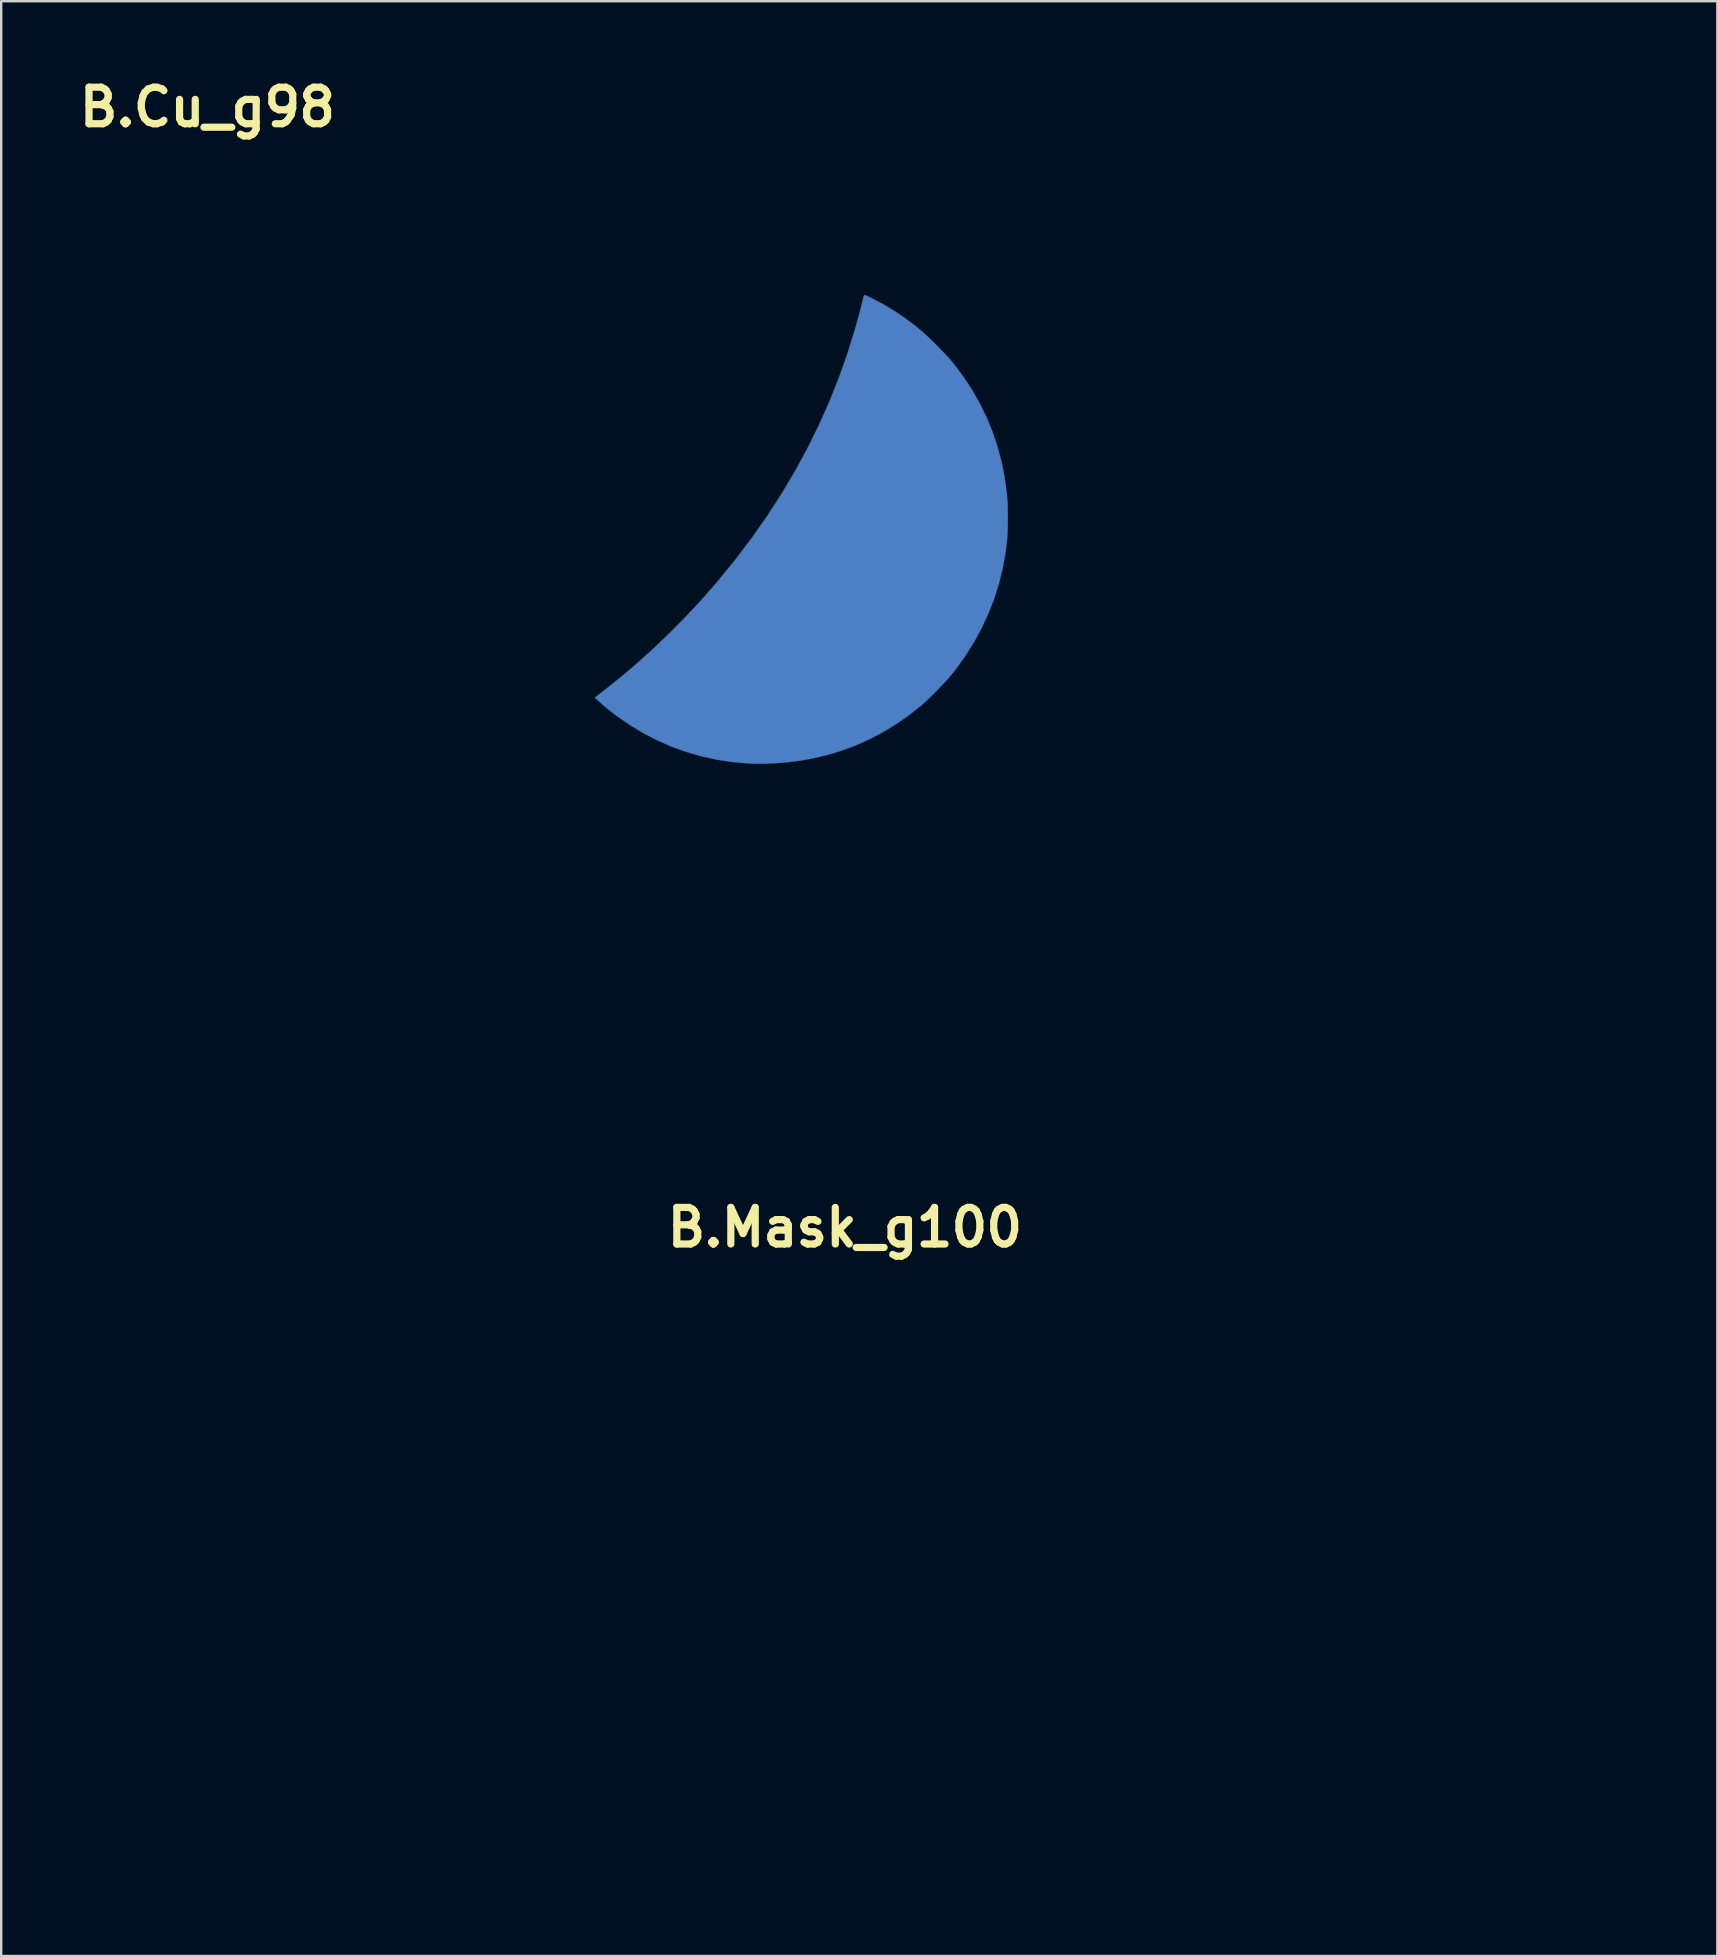
<source format=kicad_pcb>
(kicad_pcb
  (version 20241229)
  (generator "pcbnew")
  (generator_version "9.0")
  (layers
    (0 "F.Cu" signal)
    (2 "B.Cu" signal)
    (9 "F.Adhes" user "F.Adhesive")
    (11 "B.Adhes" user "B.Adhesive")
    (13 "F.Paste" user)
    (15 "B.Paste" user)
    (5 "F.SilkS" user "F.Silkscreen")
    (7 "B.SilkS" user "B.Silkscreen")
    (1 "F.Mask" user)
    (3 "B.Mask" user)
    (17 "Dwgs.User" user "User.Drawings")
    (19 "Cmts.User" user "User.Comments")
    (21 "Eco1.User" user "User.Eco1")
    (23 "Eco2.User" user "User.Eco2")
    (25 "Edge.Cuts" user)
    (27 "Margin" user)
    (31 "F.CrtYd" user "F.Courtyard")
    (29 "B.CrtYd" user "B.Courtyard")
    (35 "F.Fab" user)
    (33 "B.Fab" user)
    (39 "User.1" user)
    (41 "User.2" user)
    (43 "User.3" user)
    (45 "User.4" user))
  (footprint "B.Cu_g98"
    (layer "F.Cu")
    (at 5.595 1.418)
    (property "Reference" "B.Cu_g98" (at 0 0 0) (layer "F.SilkS") (effects (font (size 1.524 1.524) (thickness 0.3))))
    (attr through_hole)
    (fp_poly (pts (xy 27.423 7.84) (xy 27.489 7.866) (xy 27.585 7.91) (xy 27.698 7.966) (xy 28.156 8.207) (xy 28.597 8.47) (xy 29.029 8.76) (xy 29.46 9.082) (xy 29.718 9.29) (xy 29.844 9.398) (xy 29.989 9.531) (xy 30.148 9.682) (xy 30.315 9.845) (xy 30.484 10.015) (xy 30.648 10.185) (xy 30.802 10.348) (xy 30.939 10.499) (xy 31.054 10.632) (xy 31.106 10.696) (xy 31.509 11.237) (xy 31.873 11.79) (xy 32.196 12.356) (xy 32.479 12.936) (xy 32.723 13.532) (xy 32.928 14.143) (xy 33.095 14.771) (xy 33.223 15.416) (xy 33.313 16.08) (xy 33.337 16.33) (xy 33.345 16.454) (xy 33.351 16.611) (xy 33.355 16.792) (xy 33.357 16.989) (xy 33.357 17.192) (xy 33.356 17.393) (xy 33.353 17.582) (xy 33.348 17.751) (xy 33.341 17.89) (xy 33.337 17.939) (xy 33.261 18.588) (xy 33.144 19.229) (xy 32.987 19.862) (xy 32.79 20.483) (xy 32.553 21.093) (xy 32.278 21.688) (xy 31.965 22.268) (xy 31.615 22.83) (xy 31.228 23.373) (xy 30.99 23.675) (xy 30.89 23.792) (xy 30.766 23.93) (xy 30.625 24.082) (xy 30.471 24.242) (xy 30.312 24.403) (xy 30.155 24.56) (xy 30.004 24.704) (xy 29.868 24.831) (xy 29.751 24.934) (xy 29.729 24.953) (xy 29.2 25.367) (xy 28.66 25.74) (xy 28.107 26.073) (xy 27.541 26.367) (xy 26.961 26.622) (xy 26.363 26.84) (xy 25.748 27.02) (xy 25.157 27.155) (xy 24.69 27.236) (xy 24.207 27.298) (xy 23.719 27.339) (xy 23.236 27.36) (xy 22.771 27.359) (xy 22.505 27.347) (xy 21.844 27.287) (xy 21.196 27.187) (xy 20.562 27.047) (xy 19.941 26.866) (xy 19.335 26.646) (xy 18.744 26.387) (xy 18.167 26.088) (xy 17.606 25.749) (xy 17.061 25.372) (xy 16.724 25.112) (xy 16.617 25.025) (xy 16.508 24.933) (xy 16.406 24.846) (xy 16.323 24.772) (xy 16.301 24.752) (xy 16.146 24.606) (xy 16.481 24.349) (xy 17.169 23.802) (xy 17.858 23.219) (xy 18.542 22.604) (xy 19.214 21.964) (xy 19.871 21.303) (xy 20.506 20.627) (xy 21.113 19.941) (xy 21.313 19.706) (xy 22.027 18.827) (xy 22.701 17.935) (xy 23.335 17.031) (xy 23.928 16.113) (xy 24.482 15.182) (xy 24.996 14.238) (xy 25.47 13.279) (xy 25.906 12.306) (xy 26.302 11.317) (xy 26.66 10.314) (xy 26.978 9.294) (xy 27.164 8.625) (xy 27.202 8.483) (xy 27.238 8.343) (xy 27.27 8.216) (xy 27.297 8.109) (xy 27.315 8.033) (xy 27.317 8.022) (xy 27.336 7.942) (xy 27.353 7.877) (xy 27.366 7.839) (xy 27.367 7.836) (xy 27.384 7.831) (xy 27.423 7.84)) (stroke (width 0.01) (type solid)) (fill yes) (layer "B.Cu")))
  (footprint "B.Mask_g100"
    (layer "F.Cu")
    (at 32.163 48.107)
    (property "Reference" "B.Mask_g100" (at 0 0 0) (layer "F.SilkS") (effects (font (size 1.524 1.524) (thickness 0.3))))
    (attr through_hole)
    (fp_poly (pts (xy -25.646 -16.301) (xy -25.413 -16.246) (xy -25.195 -16.151) (xy -24.987 -16.017) (xy -24.942 -15.982) (xy -24.772 -15.818) (xy -24.633 -15.63) (xy -24.526 -15.423) (xy -24.453 -15.202) (xy -24.413 -14.973) (xy -24.408 -14.741) (xy -24.438 -14.51) (xy -24.504 -14.286) (xy -24.608 -14.075) (xy -24.639 -14.025) (xy -24.796 -13.823) (xy -24.979 -13.653) (xy -25.184 -13.515) (xy -25.408 -13.415) (xy -25.423 -13.41) (xy -25.597 -13.366) (xy -25.79 -13.342) (xy -25.987 -13.339) (xy -26.172 -13.357) (xy -26.268 -13.377) (xy -26.502 -13.46) (xy -26.717 -13.578) (xy -26.909 -13.727) (xy -27.074 -13.903) (xy -27.209 -14.103) (xy -27.31 -14.322) (xy -27.357 -14.482) (xy -27.388 -14.689) (xy -27.389 -14.91) (xy -27.36 -15.131) (xy -27.304 -15.341) (xy -27.232 -15.511) (xy -27.094 -15.729) (xy -26.93 -15.915) (xy -26.742 -16.068) (xy -26.532 -16.186) (xy -26.302 -16.268) (xy -26.055 -16.312) (xy -25.897 -16.32) (xy -25.646 -16.301)) (stroke (width 0.01) (type solid)) (fill yes) (layer "B.Mask"))
    (fp_poly (pts (xy -14.821 4.177) (xy -14.806 4.18) (xy -14.596 4.244) (xy -14.392 4.345) (xy -14.201 4.478) (xy -14.03 4.637) (xy -13.888 4.816) (xy -13.768 5.031) (xy -13.687 5.256) (xy -13.644 5.487) (xy -13.639 5.72) (xy -13.669 5.95) (xy -13.734 6.172) (xy -13.834 6.384) (xy -13.968 6.58) (xy -14.134 6.755) (xy -14.324 6.902) (xy -14.471 6.989) (xy -14.612 7.051) (xy -14.759 7.092) (xy -14.926 7.116) (xy -15.092 7.125) (xy -15.244 7.127) (xy -15.361 7.122) (xy -15.448 7.111) (xy -15.483 7.103) (xy -15.728 7.014) (xy -15.949 6.892) (xy -16.145 6.741) (xy -16.313 6.562) (xy -16.448 6.36) (xy -16.55 6.136) (xy -16.588 6.011) (xy -16.611 5.886) (xy -16.623 5.737) (xy -16.623 5.578) (xy -16.613 5.425) (xy -16.592 5.295) (xy -16.586 5.271) (xy -16.501 5.031) (xy -16.379 4.814) (xy -16.224 4.621) (xy -16.038 4.455) (xy -15.824 4.318) (xy -15.777 4.295) (xy -15.552 4.208) (xy -15.313 4.159) (xy -15.067 4.149) (xy -14.821 4.177)) (stroke (width 0.01) (type solid)) (fill yes) (layer "B.Mask"))
    (fp_poly (pts (xy -30.464 3.456) (xy -30.303 3.485) (xy -30.283 3.49) (xy -30.044 3.576) (xy -29.828 3.696) (xy -29.638 3.846) (xy -29.477 4.023) (xy -29.348 4.223) (xy -29.252 4.445) (xy -29.192 4.684) (xy -29.173 4.86) (xy -29.174 5.062) (xy -29.201 5.249) (xy -29.257 5.436) (xy -29.331 5.608) (xy -29.38 5.706) (xy -29.429 5.785) (xy -29.485 5.859) (xy -29.56 5.94) (xy -29.61 5.992) (xy -29.701 6.079) (xy -29.777 6.144) (xy -29.851 6.196) (xy -29.937 6.244) (xy -29.994 6.272) (xy -30.099 6.318) (xy -30.209 6.36) (xy -30.309 6.392) (xy -30.347 6.401) (xy -30.503 6.424) (xy -30.676 6.432) (xy -30.846 6.423) (xy -30.977 6.403) (xy -31.215 6.331) (xy -31.431 6.224) (xy -31.623 6.088) (xy -31.79 5.926) (xy -31.928 5.742) (xy -32.036 5.539) (xy -32.112 5.321) (xy -32.153 5.093) (xy -32.158 4.857) (xy -32.125 4.617) (xy -32.068 4.422) (xy -31.965 4.2) (xy -31.828 4) (xy -31.661 3.823) (xy -31.469 3.676) (xy -31.256 3.56) (xy -31.026 3.481) (xy -30.977 3.47) (xy -30.82 3.448) (xy -30.642 3.444) (xy -30.464 3.456)) (stroke (width 0.01) (type solid)) (fill yes) (layer "B.Mask"))
    (fp_poly (pts (xy -3.539 3.718) (xy -3.446 3.722) (xy -3.373 3.73) (xy -3.306 3.744) (xy -3.234 3.765) (xy -3.207 3.774) (xy -2.973 3.872) (xy -2.766 4.001) (xy -2.588 4.157) (xy -2.438 4.335) (xy -2.32 4.533) (xy -2.234 4.746) (xy -2.183 4.972) (xy -2.166 5.205) (xy -2.187 5.443) (xy -2.246 5.682) (xy -2.345 5.916) (xy -2.432 6.054) (xy -2.548 6.194) (xy -2.684 6.327) (xy -2.828 6.442) (xy -2.971 6.529) (xy -2.986 6.537) (xy -3.225 6.631) (xy -3.467 6.686) (xy -3.707 6.701) (xy -3.864 6.689) (xy -4.037 6.652) (xy -4.221 6.59) (xy -4.392 6.512) (xy -4.495 6.446) (xy -4.609 6.353) (xy -4.724 6.243) (xy -4.832 6.125) (xy -4.922 6.009) (xy -4.979 5.916) (xy -5.079 5.678) (xy -5.139 5.436) (xy -5.159 5.194) (xy -5.14 4.955) (xy -5.083 4.724) (xy -4.987 4.504) (xy -4.853 4.299) (xy -4.711 4.138) (xy -4.529 3.982) (xy -4.332 3.863) (xy -4.117 3.774) (xy -4.041 3.75) (xy -3.974 3.734) (xy -3.904 3.724) (xy -3.819 3.719) (xy -3.708 3.717) (xy -3.662 3.717) (xy -3.539 3.718)) (stroke (width 0.01) (type solid)) (fill yes) (layer "B.Mask"))
    (fp_poly (pts (xy 10.694 -14.017) (xy 10.927 -13.948) (xy 11.134 -13.849) (xy 11.248 -13.77) (xy 11.37 -13.665) (xy 11.489 -13.546) (xy 11.593 -13.424) (xy 11.669 -13.314) (xy 11.716 -13.222) (xy 11.765 -13.113) (xy 11.804 -13.01) (xy 11.805 -13.007) (xy 11.829 -12.931) (xy 11.845 -12.863) (xy 11.855 -12.792) (xy 11.86 -12.707) (xy 11.862 -12.594) (xy 11.862 -12.552) (xy 11.861 -12.431) (xy 11.858 -12.34) (xy 11.851 -12.269) (xy 11.838 -12.206) (xy 11.817 -12.138) (xy 11.803 -12.097) (xy 11.699 -11.855) (xy 11.566 -11.644) (xy 11.403 -11.463) (xy 11.211 -11.312) (xy 11.023 -11.208) (xy 10.8 -11.122) (xy 10.568 -11.071) (xy 10.338 -11.056) (xy 10.116 -11.077) (xy 10.107 -11.079) (xy 9.907 -11.129) (xy 9.732 -11.198) (xy 9.572 -11.291) (xy 9.417 -11.415) (xy 9.323 -11.504) (xy 9.231 -11.598) (xy 9.163 -11.678) (xy 9.11 -11.753) (xy 9.062 -11.837) (xy 9.044 -11.874) (xy 8.97 -12.041) (xy 8.921 -12.193) (xy 8.894 -12.346) (xy 8.883 -12.515) (xy 8.883 -12.552) (xy 8.891 -12.738) (xy 8.918 -12.902) (xy 8.967 -13.061) (xy 9.038 -13.219) (xy 9.159 -13.426) (xy 9.304 -13.602) (xy 9.477 -13.75) (xy 9.683 -13.877) (xy 9.747 -13.909) (xy 9.974 -13.994) (xy 10.212 -14.041) (xy 10.453 -14.048) (xy 10.694 -14.017)) (stroke (width 0.01) (type solid)) (fill yes) (layer "B.Mask"))
    (fp_poly (pts (xy 27.423 7.84) (xy 27.489 7.866) (xy 27.585 7.91) (xy 27.698 7.966) (xy 28.156 8.207) (xy 28.597 8.47) (xy 29.029 8.76) (xy 29.46 9.082) (xy 29.718 9.29) (xy 29.844 9.398) (xy 29.989 9.531) (xy 30.148 9.682) (xy 30.315 9.845) (xy 30.484 10.015) (xy 30.648 10.185) (xy 30.802 10.348) (xy 30.939 10.499) (xy 31.054 10.632) (xy 31.106 10.696) (xy 31.509 11.237) (xy 31.873 11.79) (xy 32.196 12.356) (xy 32.479 12.936) (xy 32.723 13.532) (xy 32.928 14.143) (xy 33.095 14.771) (xy 33.223 15.416) (xy 33.313 16.08) (xy 33.337 16.33) (xy 33.345 16.454) (xy 33.351 16.611) (xy 33.355 16.792) (xy 33.357 16.989) (xy 33.357 17.192) (xy 33.356 17.393) (xy 33.353 17.582) (xy 33.348 17.751) (xy 33.341 17.89) (xy 33.337 17.939) (xy 33.261 18.588) (xy 33.144 19.229) (xy 32.987 19.862) (xy 32.79 20.483) (xy 32.553 21.093) (xy 32.278 21.688) (xy 31.965 22.268) (xy 31.615 22.83) (xy 31.228 23.373) (xy 30.99 23.675) (xy 30.89 23.792) (xy 30.766 23.93) (xy 30.625 24.082) (xy 30.471 24.242) (xy 30.312 24.403) (xy 30.155 24.56) (xy 30.004 24.704) (xy 29.868 24.831) (xy 29.751 24.934) (xy 29.729 24.953) (xy 29.2 25.367) (xy 28.66 25.74) (xy 28.107 26.073) (xy 27.541 26.367) (xy 26.961 26.622) (xy 26.363 26.84) (xy 25.748 27.02) (xy 25.157 27.155) (xy 24.69 27.236) (xy 24.207 27.298) (xy 23.719 27.339) (xy 23.236 27.36) (xy 22.771 27.359) (xy 22.505 27.347) (xy 21.844 27.287) (xy 21.196 27.187) (xy 20.562 27.047) (xy 19.941 26.866) (xy 19.335 26.646) (xy 18.744 26.387) (xy 18.167 26.088) (xy 17.606 25.749) (xy 17.061 25.372) (xy 16.724 25.112) (xy 16.617 25.025) (xy 16.508 24.933) (xy 16.406 24.846) (xy 16.323 24.772) (xy 16.301 24.752) (xy 16.146 24.606) (xy 16.481 24.349) (xy 17.169 23.802) (xy 17.858 23.219) (xy 18.542 22.604) (xy 19.214 21.964) (xy 19.871 21.303) (xy 20.506 20.627) (xy 21.113 19.941) (xy 21.313 19.706) (xy 22.027 18.827) (xy 22.701 17.935) (xy 23.335 17.031) (xy 23.928 16.113) (xy 24.482 15.182) (xy 24.996 14.238) (xy 25.47 13.279) (xy 25.906 12.306) (xy 26.302 11.317) (xy 26.66 10.314) (xy 26.978 9.294) (xy 27.164 8.625) (xy 27.202 8.483) (xy 27.238 8.343) (xy 27.27 8.216) (xy 27.297 8.109) (xy 27.315 8.033) (xy 27.317 8.022) (xy 27.336 7.942) (xy 27.353 7.877) (xy 27.366 7.839) (xy 27.367 7.836) (xy 27.384 7.831) (xy 27.423 7.84)) (stroke (width 0.01) (type solid)) (fill yes) (layer "B.Mask")))
  (gr_rect
    (start -3 -3)
    (end 68.526 78.472)
    (stroke (width 0.1) (type default))
    (fill no)
    (layer "Edge.Cuts")))
</source>
